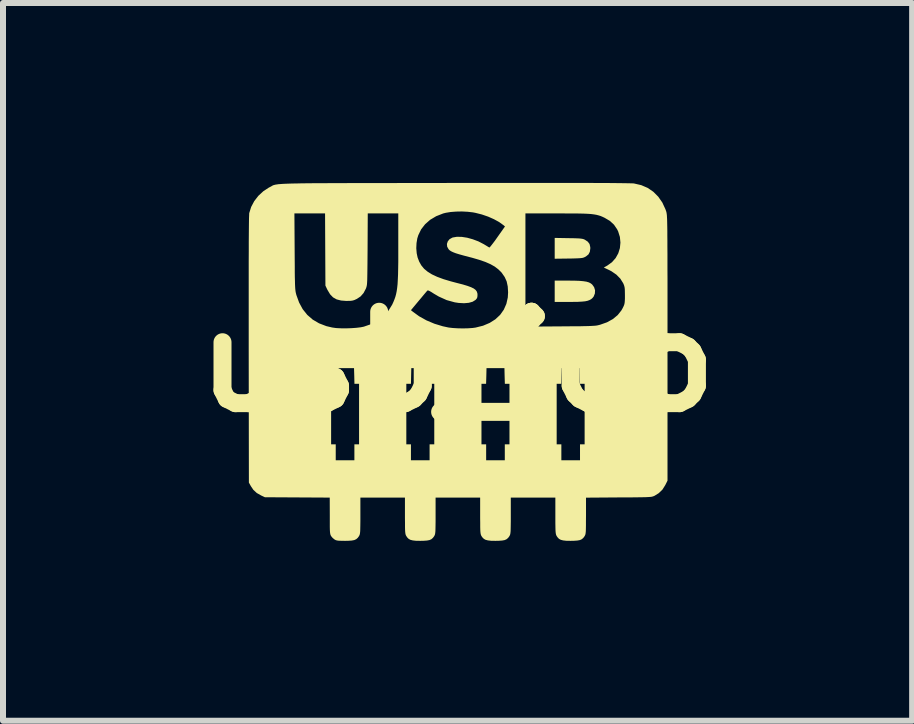
<source format=kicad_pcb>
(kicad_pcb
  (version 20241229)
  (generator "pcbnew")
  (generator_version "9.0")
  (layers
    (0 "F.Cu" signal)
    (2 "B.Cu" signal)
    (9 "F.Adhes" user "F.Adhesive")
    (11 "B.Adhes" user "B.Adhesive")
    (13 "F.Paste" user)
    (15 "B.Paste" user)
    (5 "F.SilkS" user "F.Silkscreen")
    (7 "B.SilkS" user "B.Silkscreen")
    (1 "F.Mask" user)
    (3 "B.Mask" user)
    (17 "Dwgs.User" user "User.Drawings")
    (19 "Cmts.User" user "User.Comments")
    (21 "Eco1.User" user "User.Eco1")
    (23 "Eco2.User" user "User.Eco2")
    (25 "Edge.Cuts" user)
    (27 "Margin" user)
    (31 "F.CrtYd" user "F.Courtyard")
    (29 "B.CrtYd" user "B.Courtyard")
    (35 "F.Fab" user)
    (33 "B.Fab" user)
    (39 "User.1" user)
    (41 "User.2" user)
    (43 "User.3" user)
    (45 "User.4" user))
  (footprint "usb_ico"
    (layer "F.Cu")
    (at 4.579 2.983)
    (property "Reference" "usb_ico" (at 0 0 0) (layer "F.SilkS") (effects (font (size 1.524 1.524) (thickness 0.3))))
    (attr board_only exclude_from_pos_files exclude_from_bom)
    (fp_poly (pts (xy 1.952 -1.353) (xy 2.035 -1.35) (xy 2.1 -1.344) (xy 2.151 -1.336) (xy 2.191 -1.324) (xy 2.221 -1.308) (xy 2.244 -1.29) (xy 2.277 -1.245) (xy 2.293 -1.193) (xy 2.29 -1.139) (xy 2.27 -1.089) (xy 2.251 -1.065) (xy 2.228 -1.045) (xy 2.201 -1.03) (xy 2.169 -1.018) (xy 2.127 -1.009) (xy 2.073 -1.004) (xy 2.004 -1) (xy 1.918 -0.999) (xy 1.862 -0.999) (xy 1.62 -0.999) (xy 1.62 -1.354) (xy 1.851 -1.354)) (stroke (width 0) (type solid)) (fill yes) (layer "F.SilkS"))
    (fp_poly (pts (xy 1.85 -2.062) (xy 1.929 -2.061) (xy 1.989 -2.059) (xy 2.033 -2.057) (xy 2.066 -2.053) (xy 2.089 -2.049) (xy 2.108 -2.043) (xy 2.124 -2.035) (xy 2.172 -2.003) (xy 2.201 -1.964) (xy 2.213 -1.913) (xy 2.214 -1.892) (xy 2.206 -1.835) (xy 2.183 -1.791) (xy 2.141 -1.757) (xy 2.124 -1.748) (xy 2.107 -1.74) (xy 2.088 -1.734) (xy 2.063 -1.73) (xy 2.028 -1.727) (xy 1.981 -1.725) (xy 1.918 -1.723) (xy 1.85 -1.722) (xy 1.62 -1.719) (xy 1.62 -2.066)) (stroke (width 0) (type solid)) (fill yes) (layer "F.SilkS"))
    (fp_poly (pts (xy 1.594 -2.983) (xy 1.798 -2.983) (xy 1.984 -2.983) (xy 2.151 -2.983) (xy 2.301 -2.982) (xy 2.434 -2.982) (xy 2.551 -2.981) (xy 2.651 -2.98) (xy 2.736 -2.979) (xy 2.806 -2.978) (xy 2.862 -2.977) (xy 2.903 -2.976) (xy 2.932 -2.975) (xy 2.946 -2.973) (xy 3.063 -2.946) (xy 3.17 -2.9) (xy 3.264 -2.836) (xy 3.346 -2.754) (xy 3.414 -2.657) (xy 3.466 -2.545) (xy 3.481 -2.502) (xy 3.483 -2.493) (xy 3.485 -2.483) (xy 3.487 -2.471) (xy 3.489 -2.456) (xy 3.491 -2.437) (xy 3.492 -2.412) (xy 3.494 -2.381) (xy 3.495 -2.344) (xy 3.496 -2.298) (xy 3.497 -2.244) (xy 3.498 -2.18) (xy 3.498 -2.106) (xy 3.499 -2.019) (xy 3.499 -1.921) (xy 3.5 -1.808) (xy 3.5 -1.681) (xy 3.5 -1.539) (xy 3.501 -1.381) (xy 3.501 -1.205) (xy 3.501 -1.012) (xy 3.501 -0.799) (xy 3.501 -0.566) (xy 3.501 -0.312) (xy 3.501 1.981) (xy 3.464 2.055) (xy 3.417 2.13) (xy 3.355 2.19) (xy 3.286 2.233) (xy 3.274 2.238) (xy 3.262 2.243) (xy 3.248 2.247) (xy 3.23 2.251) (xy 3.206 2.253) (xy 3.175 2.255) (xy 3.133 2.257) (xy 3.079 2.258) (xy 3.012 2.259) (xy 2.928 2.26) (xy 2.827 2.261) (xy 2.705 2.261) (xy 2.688 2.261) (xy 2.142 2.265) (xy 2.142 2.567) (xy 2.141 2.657) (xy 2.141 2.728) (xy 2.14 2.782) (xy 2.139 2.822) (xy 2.136 2.852) (xy 2.133 2.873) (xy 2.128 2.888) (xy 2.122 2.9) (xy 2.12 2.905) (xy 2.098 2.935) (xy 2.073 2.957) (xy 2.041 2.972) (xy 1.998 2.98) (xy 1.939 2.984) (xy 1.886 2.985) (xy 1.815 2.984) (xy 1.761 2.978) (xy 1.722 2.968) (xy 1.692 2.952) (xy 1.669 2.928) (xy 1.653 2.905) (xy 1.647 2.893) (xy 1.642 2.879) (xy 1.638 2.86) (xy 1.635 2.834) (xy 1.633 2.798) (xy 1.632 2.75) (xy 1.631 2.685) (xy 1.631 2.603) (xy 1.631 2.566) (xy 1.631 2.264) (xy 0.888 2.264) (xy 0.888 2.566) (xy 0.888 2.656) (xy 0.887 2.727) (xy 0.886 2.782) (xy 0.885 2.822) (xy 0.882 2.852) (xy 0.879 2.872) (xy 0.874 2.888) (xy 0.868 2.9) (xy 0.866 2.905) (xy 0.844 2.935) (xy 0.819 2.957) (xy 0.787 2.972) (xy 0.744 2.98) (xy 0.685 2.984) (xy 0.633 2.985) (xy 0.561 2.984) (xy 0.508 2.978) (xy 0.468 2.968) (xy 0.439 2.952) (xy 0.415 2.928) (xy 0.399 2.905) (xy 0.393 2.893) (xy 0.388 2.879) (xy 0.384 2.86) (xy 0.381 2.834) (xy 0.379 2.798) (xy 0.378 2.75) (xy 0.378 2.685) (xy 0.377 2.603) (xy 0.377 2.566) (xy 0.377 2.264) (xy -0.366 2.264) (xy -0.366 2.566) (xy -0.366 2.656) (xy -0.367 2.727) (xy -0.368 2.782) (xy -0.369 2.822) (xy -0.372 2.852) (xy -0.375 2.872) (xy -0.38 2.888) (xy -0.386 2.9) (xy -0.388 2.905) (xy -0.41 2.935) (xy -0.435 2.957) (xy -0.467 2.972) (xy -0.51 2.98) (xy -0.568 2.984) (xy -0.621 2.985) (xy -0.693 2.984) (xy -0.746 2.978) (xy -0.786 2.968) (xy -0.815 2.952) (xy -0.839 2.928) (xy -0.854 2.905) (xy -0.861 2.893) (xy -0.866 2.879) (xy -0.87 2.86) (xy -0.873 2.834) (xy -0.875 2.798) (xy -0.876 2.75) (xy -0.876 2.685) (xy -0.877 2.603) (xy -0.877 2.566) (xy -0.877 2.264) (xy -1.62 2.264) (xy -1.62 2.566) (xy -1.62 2.656) (xy -1.621 2.727) (xy -1.622 2.782) (xy -1.623 2.822) (xy -1.626 2.852) (xy -1.629 2.872) (xy -1.634 2.888) (xy -1.64 2.9) (xy -1.642 2.905) (xy -1.664 2.935) (xy -1.689 2.957) (xy -1.721 2.972) (xy -1.764 2.98) (xy -1.822 2.984) (xy -1.875 2.985) (xy -1.936 2.984) (xy -1.979 2.983) (xy -2.009 2.979) (xy -2.031 2.973) (xy -2.049 2.963) (xy -2.05 2.963) (xy -2.082 2.937) (xy -2.108 2.906) (xy -2.108 2.905) (xy -2.115 2.893) (xy -2.12 2.879) (xy -2.124 2.86) (xy -2.127 2.834) (xy -2.129 2.798) (xy -2.13 2.75) (xy -2.13 2.685) (xy -2.13 2.602) (xy -2.13 2.566) (xy -2.131 2.264) (xy -2.671 2.261) (xy -3.212 2.258) (xy -3.274 2.229) (xy -3.348 2.187) (xy -3.405 2.134) (xy -3.446 2.073) (xy -3.479 2.014) (xy -3.48 1.376) (xy -2.108 1.376) (xy -2.031 1.376) (xy -2.031 1.642) (xy -1.72 1.642) (xy -1.72 1.376) (xy -1.642 1.376) (xy -0.854 1.376) (xy -0.777 1.376) (xy -0.777 1.642) (xy -0.466 1.642) (xy -0.466 1.376) (xy -0.388 1.376) (xy 0.399 1.376) (xy 0.477 1.376) (xy 0.477 1.642) (xy 0.788 1.642) (xy 0.788 1.376) (xy 0.866 1.376) (xy 1.653 1.376) (xy 1.731 1.376) (xy 1.731 1.642) (xy 2.042 1.642) (xy 2.042 1.376) (xy 2.119 1.376) (xy 2.119 0.366) (xy 2.042 0.366) (xy 2.039 0.236) (xy 2.036 0.105) (xy 1.737 0.105) (xy 1.733 0.236) (xy 1.73 0.366) (xy 1.653 0.366) (xy 1.653 1.376) (xy 0.866 1.376) (xy 0.866 0.366) (xy 0.789 0.366) (xy 0.785 0.236) (xy 0.782 0.105) (xy 0.483 0.105) (xy 0.48 0.236) (xy 0.476 0.366) (xy 0.399 0.366) (xy 0.399 1.376) (xy -0.388 1.376) (xy -0.388 0.366) (xy -0.465 0.366) (xy -0.468 0.236) (xy -0.472 0.105) (xy -0.771 0.105) (xy -0.774 0.236) (xy -0.777 0.366) (xy -0.854 0.366) (xy -0.854 1.376) (xy -1.642 1.376) (xy -1.642 0.366) (xy -1.719 0.366) (xy -1.722 0.236) (xy -1.726 0.105) (xy -2.025 0.105) (xy -2.028 0.236) (xy -2.031 0.366) (xy -2.108 0.366) (xy -2.108 1.376) (xy -3.48 1.376) (xy -3.482 -0.205) (xy -3.482 -0.505) (xy -3.482 -0.783) (xy -3.482 -1.038) (xy -3.482 -1.273) (xy -3.482 -1.486) (xy -3.482 -1.677) (xy -3.481 -1.848) (xy -3.481 -1.998) (xy -3.48 -2.127) (xy -3.479 -2.236) (xy -3.478 -2.325) (xy -3.477 -2.394) (xy -3.475 -2.443) (xy -3.474 -2.472) (xy -3.474 -2.475) (xy -2.72 -2.475) (xy -2.716 -1.839) (xy -2.715 -1.704) (xy -2.714 -1.589) (xy -2.714 -1.493) (xy -2.713 -1.413) (xy -2.711 -1.347) (xy -2.71 -1.294) (xy -2.708 -1.251) (xy -2.706 -1.218) (xy -2.703 -1.19) (xy -2.7 -1.168) (xy -2.696 -1.148) (xy -2.691 -1.129) (xy -2.688 -1.116) (xy -2.642 -0.989) (xy -2.582 -0.878) (xy -2.506 -0.783) (xy -2.415 -0.704) (xy -2.309 -0.642) (xy -2.187 -0.595) (xy -2.089 -0.572) (xy -2.025 -0.563) (xy -1.947 -0.559) (xy -1.86 -0.558) (xy -1.772 -0.561) (xy -1.687 -0.567) (xy -1.613 -0.576) (xy -1.563 -0.586) (xy -1.439 -0.629) (xy -1.329 -0.688) (xy -1.234 -0.761) (xy -1.155 -0.848) (xy -1.147 -0.861) (xy -0.777 -0.861) (xy -0.746 -0.836) (xy -0.64 -0.759) (xy -0.518 -0.691) (xy -0.385 -0.635) (xy -0.247 -0.593) (xy -0.15 -0.572) (xy -0.081 -0.564) (xy 0.000342 -0.559) (xy 0.087 -0.557) (xy 0.173 -0.559) (xy 0.249 -0.564) (xy 0.3 -0.571) (xy 0.364 -0.587) (xy 1.132 -0.587) (xy 1.712 -0.591) (xy 1.841 -0.592) (xy 1.949 -0.593) (xy 2.04 -0.593) (xy 2.115 -0.595) (xy 2.175 -0.596) (xy 2.224 -0.598) (xy 2.262 -0.6) (xy 2.293 -0.602) (xy 2.318 -0.605) (xy 2.34 -0.609) (xy 2.359 -0.614) (xy 2.376 -0.618) (xy 2.492 -0.659) (xy 2.59 -0.713) (xy 2.67 -0.779) (xy 2.732 -0.857) (xy 2.755 -0.898) (xy 2.77 -0.929) (xy 2.78 -0.955) (xy 2.786 -0.982) (xy 2.789 -1.014) (xy 2.791 -1.058) (xy 2.791 -1.109) (xy 2.79 -1.169) (xy 2.789 -1.212) (xy 2.785 -1.244) (xy 2.778 -1.271) (xy 2.768 -1.297) (xy 2.761 -1.312) (xy 2.714 -1.387) (xy 2.648 -1.454) (xy 2.565 -1.511) (xy 2.528 -1.53) (xy 2.439 -1.572) (xy 2.499 -1.606) (xy 2.575 -1.661) (xy 2.636 -1.73) (xy 2.68 -1.809) (xy 2.707 -1.896) (xy 2.716 -1.988) (xy 2.707 -2.082) (xy 2.678 -2.175) (xy 2.66 -2.211) (xy 2.609 -2.286) (xy 2.541 -2.349) (xy 2.453 -2.401) (xy 2.449 -2.403) (xy 2.415 -2.419) (xy 2.384 -2.432) (xy 2.351 -2.442) (xy 2.316 -2.451) (xy 2.276 -2.458) (xy 2.23 -2.464) (xy 2.174 -2.468) (xy 2.106 -2.471) (xy 2.026 -2.473) (xy 1.929 -2.474) (xy 1.815 -2.474) (xy 1.682 -2.475) (xy 1.664 -2.475) (xy 1.132 -2.475) (xy 1.132 -0.587) (xy 0.364 -0.587) (xy 0.425 -0.602) (xy 0.536 -0.649) (xy 0.631 -0.709) (xy 0.71 -0.783) (xy 0.771 -0.869) (xy 0.814 -0.966) (xy 0.838 -1.073) (xy 0.843 -1.159) (xy 0.837 -1.257) (xy 0.819 -1.341) (xy 0.786 -1.414) (xy 0.738 -1.483) (xy 0.729 -1.494) (xy 0.679 -1.543) (xy 0.62 -1.588) (xy 0.549 -1.628) (xy 0.465 -1.665) (xy 0.364 -1.7) (xy 0.244 -1.735) (xy 0.197 -1.747) (xy 0.102 -1.772) (xy 0.027 -1.793) (xy -0.031 -1.811) (xy -0.075 -1.828) (xy -0.108 -1.844) (xy -0.132 -1.86) (xy -0.149 -1.877) (xy -0.173 -1.92) (xy -0.177 -1.965) (xy -0.163 -2.008) (xy -0.133 -2.045) (xy -0.088 -2.07) (xy -0.08 -2.073) (xy -0.01 -2.085) (xy 0.072 -2.083) (xy 0.162 -2.069) (xy 0.255 -2.043) (xy 0.348 -2.008) (xy 0.435 -1.963) (xy 0.46 -1.948) (xy 0.493 -1.928) (xy 0.519 -1.912) (xy 0.532 -1.906) (xy 0.541 -1.914) (xy 0.56 -1.937) (xy 0.588 -1.973) (xy 0.623 -2.019) (xy 0.661 -2.073) (xy 0.666 -2.08) (xy 0.791 -2.257) (xy 0.761 -2.282) (xy 0.693 -2.331) (xy 0.607 -2.378) (xy 0.51 -2.421) (xy 0.405 -2.457) (xy 0.298 -2.484) (xy 0.256 -2.492) (xy 0.168 -2.502) (xy 0.072 -2.507) (xy -0.024 -2.505) (xy -0.115 -2.498) (xy -0.195 -2.485) (xy -0.239 -2.474) (xy -0.356 -2.428) (xy -0.457 -2.368) (xy -0.541 -2.294) (xy -0.607 -2.209) (xy -0.654 -2.112) (xy -0.671 -2.058) (xy -0.684 -1.98) (xy -0.688 -1.894) (xy -0.681 -1.81) (xy -0.666 -1.74) (xy -0.639 -1.67) (xy -0.604 -1.608) (xy -0.558 -1.552) (xy -0.499 -1.503) (xy -0.427 -1.458) (xy -0.339 -1.417) (xy -0.233 -1.378) (xy -0.109 -1.341) (xy -0.011 -1.315) (xy 0.087 -1.29) (xy 0.166 -1.266) (xy 0.226 -1.244) (xy 0.271 -1.222) (xy 0.302 -1.198) (xy 0.321 -1.172) (xy 0.331 -1.142) (xy 0.333 -1.115) (xy 0.33 -1.078) (xy 0.319 -1.053) (xy 0.3 -1.032) (xy 0.252 -1.002) (xy 0.188 -0.984) (xy 0.109 -0.977) (xy 0.018 -0.982) (xy -0.047 -0.992) (xy -0.181 -1.029) (xy -0.312 -1.088) (xy -0.394 -1.136) (xy -0.439 -1.165) (xy -0.47 -1.182) (xy -0.489 -1.19) (xy -0.501 -1.189) (xy -0.506 -1.185) (xy -0.517 -1.172) (xy -0.54 -1.145) (xy -0.572 -1.107) (xy -0.61 -1.061) (xy -0.648 -1.016) (xy -0.777 -0.861) (xy -1.147 -0.861) (xy -1.093 -0.948) (xy -1.089 -0.955) (xy -1.069 -0.999) (xy -1.052 -1.041) (xy -1.037 -1.083) (xy -1.025 -1.127) (xy -1.015 -1.176) (xy -1.007 -1.23) (xy -1 -1.294) (xy -0.996 -1.368) (xy -0.992 -1.454) (xy -0.99 -1.555) (xy -0.988 -1.672) (xy -0.988 -1.808) (xy -0.988 -1.928) (xy -0.988 -2.475) (xy -1.497 -2.475) (xy -1.5 -1.878) (xy -1.501 -1.748) (xy -1.502 -1.638) (xy -1.503 -1.546) (xy -1.504 -1.471) (xy -1.505 -1.41) (xy -1.506 -1.362) (xy -1.508 -1.324) (xy -1.51 -1.295) (xy -1.513 -1.273) (xy -1.517 -1.255) (xy -1.521 -1.241) (xy -1.526 -1.227) (xy -1.528 -1.221) (xy -1.567 -1.147) (xy -1.616 -1.091) (xy -1.679 -1.049) (xy -1.684 -1.047) (xy -1.718 -1.031) (xy -1.747 -1.022) (xy -1.781 -1.017) (xy -1.826 -1.016) (xy -1.853 -1.015) (xy -1.942 -1.022) (xy -2.016 -1.041) (xy -2.076 -1.075) (xy -2.125 -1.126) (xy -2.167 -1.196) (xy -2.174 -1.209) (xy -2.203 -1.271) (xy -2.206 -1.873) (xy -2.209 -2.475) (xy -2.72 -2.475) (xy -3.474 -2.475) (xy -3.473 -2.481) (xy -3.441 -2.583) (xy -3.39 -2.679) (xy -3.321 -2.768) (xy -3.239 -2.844) (xy -3.145 -2.906) (xy -3.13 -2.913) (xy -3.117 -2.92) (xy -3.106 -2.926) (xy -3.096 -2.932) (xy -3.086 -2.938) (xy -3.076 -2.943) (xy -3.064 -2.947) (xy -3.049 -2.951) (xy -3.032 -2.955) (xy -3.01 -2.958) (xy -2.984 -2.962) (xy -2.953 -2.964) (xy -2.915 -2.967) (xy -2.87 -2.969) (xy -2.816 -2.971) (xy -2.754 -2.973) (xy -2.683 -2.974) (xy -2.601 -2.976) (xy -2.508 -2.977) (xy -2.403 -2.978) (xy -2.285 -2.978) (xy -2.153 -2.979) (xy -2.007 -2.98) (xy -1.846 -2.98) (xy -1.669 -2.981) (xy -1.474 -2.981) (xy -1.262 -2.981) (xy -1.032 -2.981) (xy -0.782 -2.982) (xy -0.512 -2.982) (xy -0.221 -2.982) (xy -0.05 -2.983) (xy 0.277 -2.983) (xy 0.581 -2.983) (xy 0.865 -2.983) (xy 1.128 -2.983) (xy 1.371 -2.983)) (stroke (width 0) (type solid)) (fill yes) (layer "F.SilkS")))
  (gr_rect
    (start -3 -3)
    (end 12.159 8.968)
    (stroke (width 0.1) (type default))
    (fill no)
    (layer "Edge.Cuts")))
</source>
